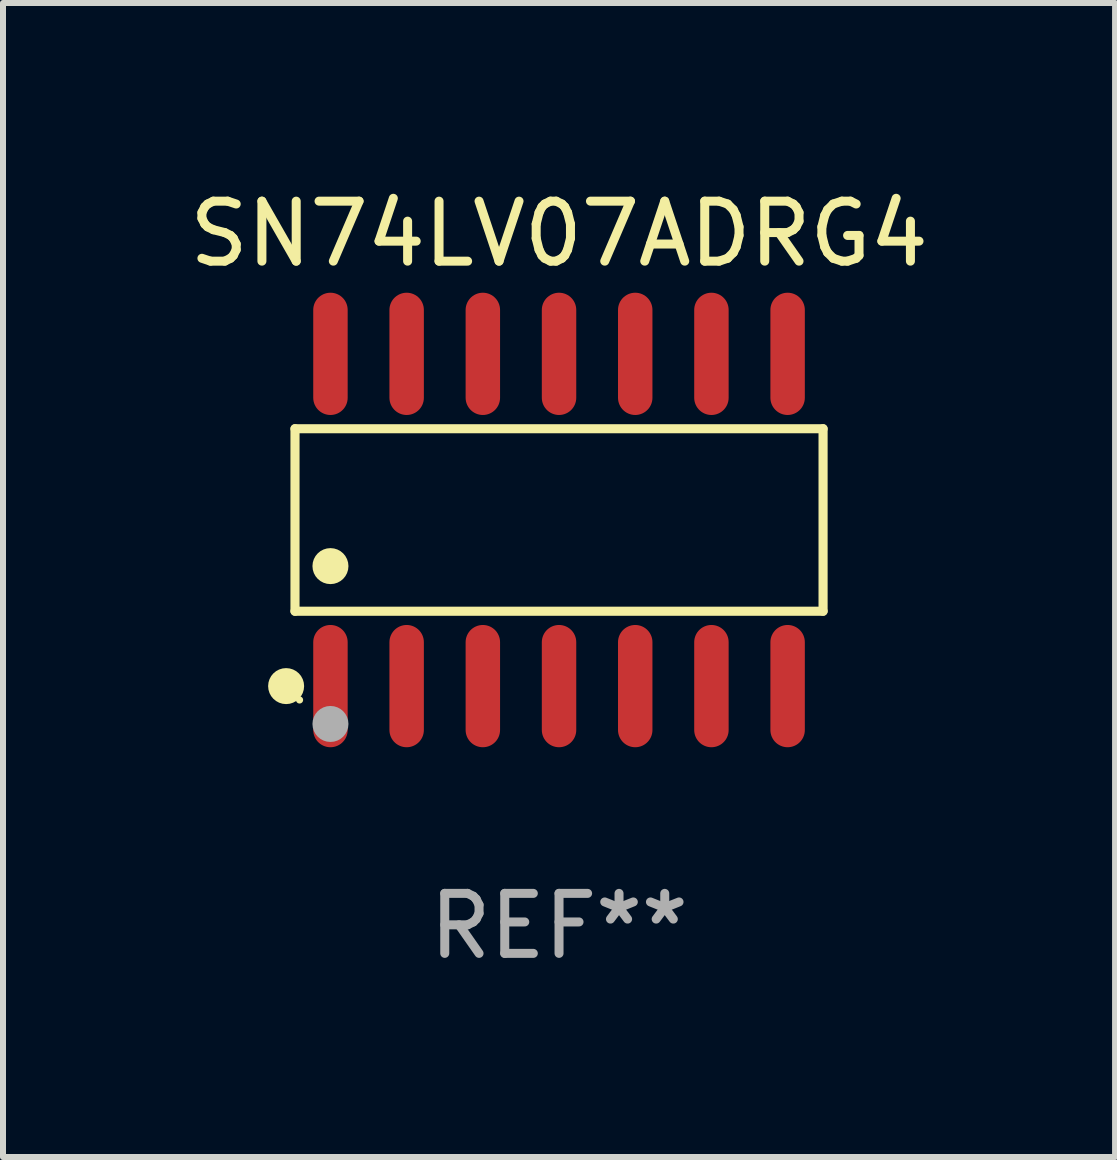
<source format=kicad_pcb>
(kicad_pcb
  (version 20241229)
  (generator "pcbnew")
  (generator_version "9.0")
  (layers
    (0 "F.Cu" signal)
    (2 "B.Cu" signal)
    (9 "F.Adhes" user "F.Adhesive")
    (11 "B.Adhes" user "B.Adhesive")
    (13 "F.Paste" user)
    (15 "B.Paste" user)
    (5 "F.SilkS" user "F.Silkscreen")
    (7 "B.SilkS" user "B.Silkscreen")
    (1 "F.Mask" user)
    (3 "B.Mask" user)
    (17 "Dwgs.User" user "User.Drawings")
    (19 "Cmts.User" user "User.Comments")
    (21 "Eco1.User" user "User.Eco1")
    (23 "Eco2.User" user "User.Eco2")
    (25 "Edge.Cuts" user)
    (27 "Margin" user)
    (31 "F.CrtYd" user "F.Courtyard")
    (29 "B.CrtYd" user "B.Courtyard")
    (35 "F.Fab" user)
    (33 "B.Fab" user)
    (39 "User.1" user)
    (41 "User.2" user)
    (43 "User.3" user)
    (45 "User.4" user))
  (footprint "SN74LV07ADRG4"
    (layer "F.Cu")
    (at 6.268 5.617)
    (property "Reference" "SN74LV07ADRG4" (at 0 -4.769 0) (layer "F.SilkS") (effects (font (size 1 1) (thickness 0.15))))
    (attr through_hole)
    (fp_line (start -4.401 -1.521) (end 4.401 -1.521) (stroke (width 0.152) (type solid)) (layer "F.SilkS"))
    (fp_line (start -4.401 1.521) (end -4.401 -1.521) (stroke (width 0.152) (type solid)) (layer "F.SilkS"))
    (fp_line (start 4.401 -1.521) (end 4.401 1.521) (stroke (width 0.152) (type solid)) (layer "F.SilkS"))
    (fp_line (start 4.401 1.521) (end -4.401 1.521) (stroke (width 0.152) (type solid)) (layer "F.SilkS"))
    (fp_circle (center -4.549 2.769) (end -4.399 2.769) (stroke (width 0.3) (type solid)) (fill no) (layer "F.SilkS"))
    (fp_circle (center -4.325 3) (end -4.295 3) (stroke (width 0.06) (type solid)) (fill no) (layer "F.SilkS"))
    (fp_circle (center -3.81 0.769) (end -3.66 0.769) (stroke (width 0.3) (type solid)) (fill no) (layer "F.SilkS"))
    (fp_circle (center -3.81 3.4) (end -3.66 3.4) (stroke (width 0.3) (type solid)) (fill no) (layer "F.Fab"))
    (fp_text user "REF**" (at 0 6.769 0) (layer "F.Fab") (effects (font (size 1 1) (thickness 0.15))))
    (pad "1" smd oval (at -3.81 2.769) (size 0.574 2.038) (layers "F.Cu" "F.Mask" "F.Paste"))
    (pad "2" smd oval (at -2.54 2.769) (size 0.574 2.038) (layers "F.Cu" "F.Mask" "F.Paste"))
    (pad "3" smd oval (at -1.27 2.769) (size 0.574 2.038) (layers "F.Cu" "F.Mask" "F.Paste"))
    (pad "4" smd oval (at 0 2.769) (size 0.574 2.038) (layers "F.Cu" "F.Mask" "F.Paste"))
    (pad "5" smd oval (at 1.27 2.769) (size 0.574 2.038) (layers "F.Cu" "F.Mask" "F.Paste"))
    (pad "6" smd oval (at 2.54 2.769) (size 0.574 2.038) (layers "F.Cu" "F.Mask" "F.Paste"))
    (pad "7" smd oval (at 3.81 2.769) (size 0.574 2.038) (layers "F.Cu" "F.Mask" "F.Paste"))
    (pad "8" smd oval (at 3.81 -2.769) (size 0.574 2.038) (layers "F.Cu" "F.Mask" "F.Paste"))
    (pad "9" smd oval (at 2.54 -2.769) (size 0.574 2.038) (layers "F.Cu" "F.Mask" "F.Paste"))
    (pad "10" smd oval (at 1.27 -2.769) (size 0.574 2.038) (layers "F.Cu" "F.Mask" "F.Paste"))
    (pad "11" smd oval (at 0 -2.769) (size 0.574 2.038) (layers "F.Cu" "F.Mask" "F.Paste"))
    (pad "12" smd oval (at -1.27 -2.769) (size 0.574 2.038) (layers "F.Cu" "F.Mask" "F.Paste"))
    (pad "13" smd oval (at -2.54 -2.769) (size 0.574 2.038) (layers "F.Cu" "F.Mask" "F.Paste"))
    (pad "14" smd oval (at -3.81 -2.769) (size 0.574 2.038) (layers "F.Cu" "F.Mask" "F.Paste")))
  (gr_rect
    (start -3 -3)
    (end 15.536 16.235)
    (stroke (width 0.1) (type default))
    (fill no)
    (layer "Edge.Cuts")))
</source>
